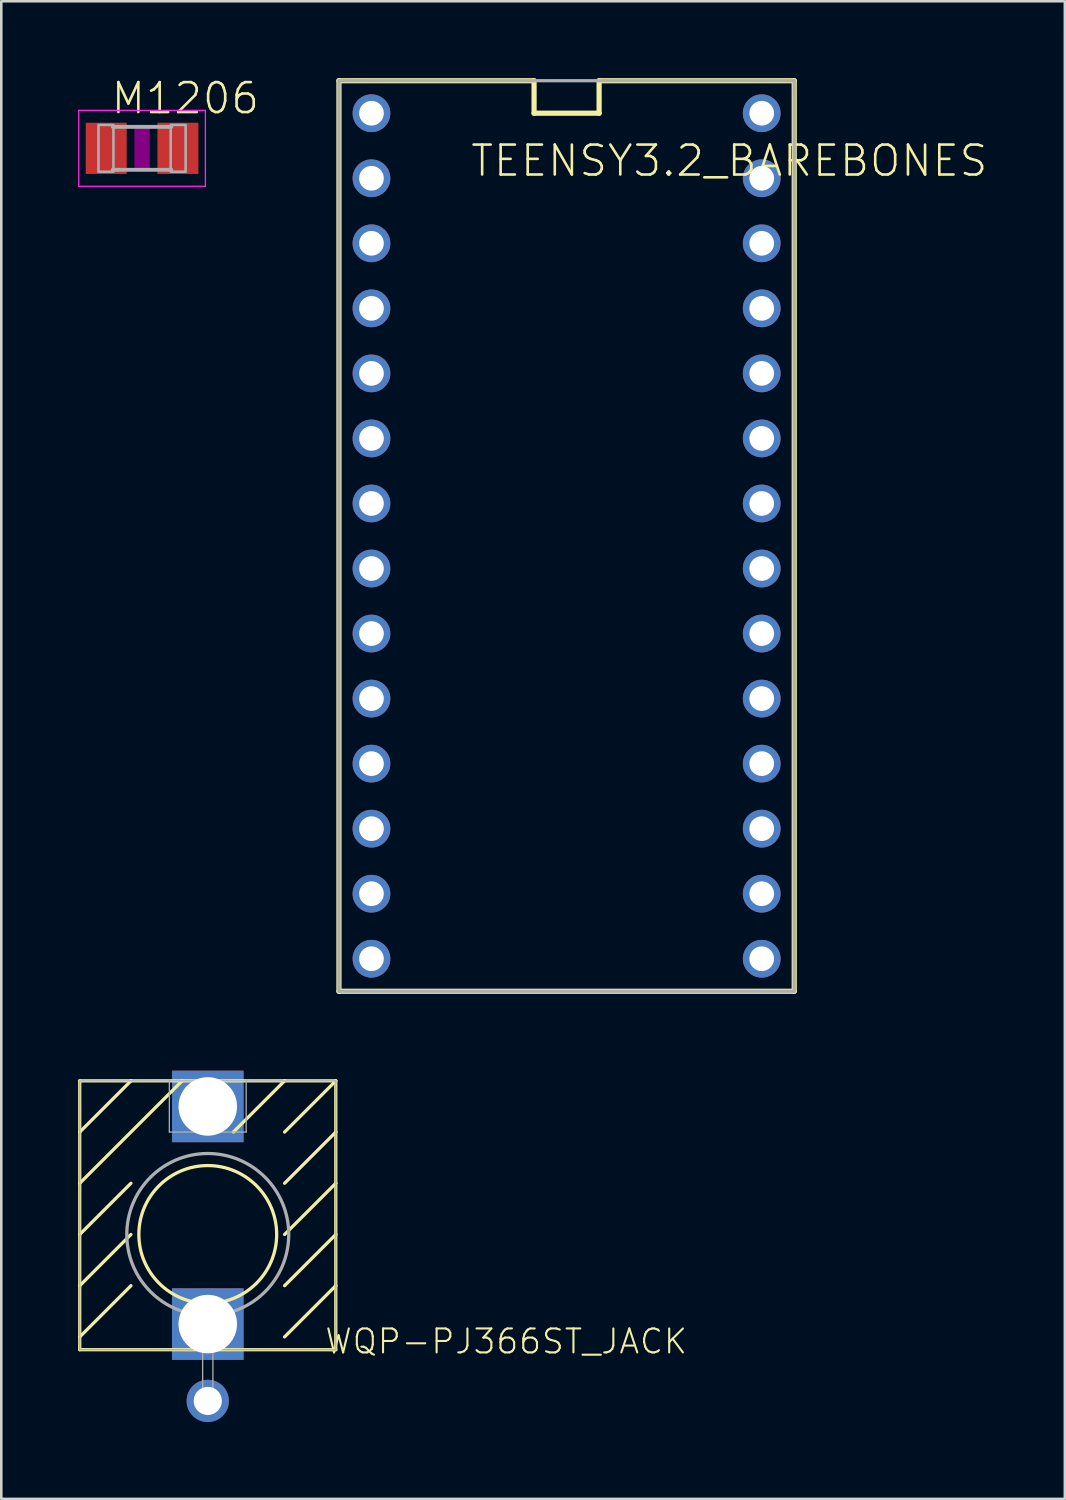
<source format=kicad_pcb>
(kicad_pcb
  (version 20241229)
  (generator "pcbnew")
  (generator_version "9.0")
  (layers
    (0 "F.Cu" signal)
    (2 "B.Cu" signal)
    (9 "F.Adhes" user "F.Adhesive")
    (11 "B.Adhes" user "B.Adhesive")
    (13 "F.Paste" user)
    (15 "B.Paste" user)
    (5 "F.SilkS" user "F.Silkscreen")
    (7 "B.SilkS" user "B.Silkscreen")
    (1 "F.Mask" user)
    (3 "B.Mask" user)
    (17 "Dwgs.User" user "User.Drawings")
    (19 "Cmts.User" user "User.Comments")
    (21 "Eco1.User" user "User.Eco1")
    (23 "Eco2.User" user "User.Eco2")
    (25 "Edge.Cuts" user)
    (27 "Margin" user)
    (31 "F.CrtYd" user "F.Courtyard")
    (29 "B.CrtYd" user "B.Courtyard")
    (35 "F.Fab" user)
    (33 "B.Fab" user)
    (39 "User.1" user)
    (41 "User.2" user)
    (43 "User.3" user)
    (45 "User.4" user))
  (footprint "TEENSY3.2_BAREBONES"
    (layer "F.Cu")
    (at 19.077 16.612)
    (property "Reference" "TEENSY3.2_BAREBONES" (at -3.81 -12.7 0) (layer "F.SilkS") (effects (font (size 1.168 1.168) (thickness 0.102)) (justify left bottom)))
    (fp_line (start -8.89 -16.51) (end -1.27 -16.51) (stroke (width 0.203) (type solid)) (layer "F.SilkS"))
    (fp_line (start -8.89 19.05) (end -8.89 -16.51) (stroke (width 0.203) (type solid)) (layer "F.SilkS"))
    (fp_line (start -1.27 -16.51) (end -1.27 -15.24) (stroke (width 0.203) (type solid)) (layer "F.SilkS"))
    (fp_line (start -1.27 -15.24) (end 1.27 -15.24) (stroke (width 0.203) (type solid)) (layer "F.SilkS"))
    (fp_line (start 1.27 -16.51) (end 8.89 -16.51) (stroke (width 0.203) (type solid)) (layer "F.SilkS"))
    (fp_line (start 1.27 -15.24) (end 1.27 -16.51) (stroke (width 0.203) (type solid)) (layer "F.SilkS"))
    (fp_line (start 8.89 -16.51) (end 8.89 19.05) (stroke (width 0.203) (type solid)) (layer "F.SilkS"))
    (fp_line (start 8.89 19.05) (end -8.89 19.05) (stroke (width 0.203) (type solid)) (layer "F.SilkS"))
    (fp_line (start -8.89 -16.51) (end 8.89 -16.51) (stroke (width 0.127) (type solid)) (layer "F.Fab"))
    (fp_line (start -8.89 19.05) (end -8.89 -16.51) (stroke (width 0.127) (type solid)) (layer "F.Fab"))
    (fp_line (start 8.89 -16.51) (end 8.89 19.05) (stroke (width 0.127) (type solid)) (layer "F.Fab"))
    (fp_line (start 8.89 19.05) (end -8.89 19.05) (stroke (width 0.127) (type solid)) (layer "F.Fab"))
    (pad "0" thru_hole circle (at -7.62 -12.7) (size 1.473 1.473) (drill 0.965) (layers "*.Cu" "*.Mask"))
    (pad "1" thru_hole circle (at -7.62 -10.16) (size 1.473 1.473) (drill 0.965) (layers "*.Cu" "*.Mask"))
    (pad "2" thru_hole circle (at -7.62 -7.62) (size 1.473 1.473) (drill 0.965) (layers "*.Cu" "*.Mask"))
    (pad "3" thru_hole circle (at -7.62 -5.08) (size 1.473 1.473) (drill 0.965) (layers "*.Cu" "*.Mask"))
    (pad "3.3V" thru_hole circle (at 7.62 -10.16) (size 1.473 1.473) (drill 0.965) (layers "*.Cu" "*.Mask"))
    (pad "4" thru_hole circle (at -7.62 -2.54) (size 1.473 1.473) (drill 0.965) (layers "*.Cu" "*.Mask"))
    (pad "5" thru_hole circle (at -7.62 0) (size 1.473 1.473) (drill 0.965) (layers "*.Cu" "*.Mask"))
    (pad "6" thru_hole circle (at -7.62 2.54) (size 1.473 1.473) (drill 0.965) (layers "*.Cu" "*.Mask"))
    (pad "7" thru_hole circle (at -7.62 5.08) (size 1.473 1.473) (drill 0.965) (layers "*.Cu" "*.Mask"))
    (pad "8" thru_hole circle (at -7.62 7.62) (size 1.473 1.473) (drill 0.965) (layers "*.Cu" "*.Mask"))
    (pad "9" thru_hole circle (at -7.62 10.16) (size 1.473 1.473) (drill 0.965) (layers "*.Cu" "*.Mask"))
    (pad "10" thru_hole circle (at -7.62 12.7) (size 1.473 1.473) (drill 0.965) (layers "*.Cu" "*.Mask"))
    (pad "11" thru_hole circle (at -7.62 15.24) (size 1.473 1.473) (drill 0.965) (layers "*.Cu" "*.Mask"))
    (pad "12" thru_hole circle (at -7.62 17.78) (size 1.473 1.473) (drill 0.965) (layers "*.Cu" "*.Mask"))
    (pad "13" thru_hole circle (at 7.62 17.78) (size 1.473 1.473) (drill 0.965) (layers "*.Cu" "*.Mask"))
    (pad "14/A0" thru_hole circle (at 7.62 15.24) (size 1.473 1.473) (drill 0.965) (layers "*.Cu" "*.Mask"))
    (pad "15/A1" thru_hole circle (at 7.62 12.7) (size 1.473 1.473) (drill 0.965) (layers "*.Cu" "*.Mask"))
    (pad "16/A2" thru_hole circle (at 7.62 10.16) (size 1.473 1.473) (drill 0.965) (layers "*.Cu" "*.Mask"))
    (pad "17/A3" thru_hole circle (at 7.62 7.62) (size 1.473 1.473) (drill 0.965) (layers "*.Cu" "*.Mask"))
    (pad "18/A4" thru_hole circle (at 7.62 5.08) (size 1.473 1.473) (drill 0.965) (layers "*.Cu" "*.Mask"))
    (pad "19/A5" thru_hole circle (at 7.62 2.54) (size 1.473 1.473) (drill 0.965) (layers "*.Cu" "*.Mask"))
    (pad "20/A6" thru_hole circle (at 7.62 0) (size 1.473 1.473) (drill 0.965) (layers "*.Cu" "*.Mask"))
    (pad "21/A7" thru_hole circle (at 7.62 -2.54) (size 1.473 1.473) (drill 0.965) (layers "*.Cu" "*.Mask"))
    (pad "22/A8" thru_hole circle (at 7.62 -5.08) (size 1.473 1.473) (drill 0.965) (layers "*.Cu" "*.Mask"))
    (pad "23/A9" thru_hole circle (at 7.62 -7.62) (size 1.473 1.473) (drill 0.965) (layers "*.Cu" "*.Mask"))
    (pad "AGND" thru_hole circle (at 7.62 -12.7) (size 1.473 1.473) (drill 0.965) (layers "*.Cu" "*.Mask"))
    (pad "GND" thru_hole circle (at -7.62 -15.24) (size 1.473 1.473) (drill 0.965) (layers "*.Cu" "*.Mask"))
    (pad "VIN" thru_hole circle (at 7.62 -15.24) (size 1.473 1.473) (drill 0.965) (layers "*.Cu" "*.Mask")))
  (footprint "M1206"
    (layer "F.Cu")
    (at 2.498 2.743)
    (property "Reference" "M1206" (at -1.27 -1.27 0) (layer "F.SilkS") (effects (font (size 1.168 1.168) (thickness 0.102)) (justify left bottom)))
    (fp_poly (pts (xy -0.3 0.8) (xy 0.3 0.8) (xy 0.3 -0.8) (xy -0.3 -0.8)) (stroke (width 0) (type solid)) (fill yes) (layer "F.Adhes"))
    (fp_line (start -2.473 -1.483) (end 2.473 -1.483) (stroke (width 0.051) (type solid)) (layer "F.CrtYd"))
    (fp_line (start -2.473 1.483) (end -2.473 -1.483) (stroke (width 0.051) (type solid)) (layer "F.CrtYd"))
    (fp_line (start 2.473 -1.483) (end 2.473 1.483) (stroke (width 0.051) (type solid)) (layer "F.CrtYd"))
    (fp_line (start 2.473 1.483) (end -2.473 1.483) (stroke (width 0.051) (type solid)) (layer "F.CrtYd"))
    (fp_line (start 1.143 -0.838) (end -1.143 -0.838) (stroke (width 0.152) (type solid)) (layer "F.Fab"))
    (fp_line (start 1.143 0.838) (end -1.143 0.838) (stroke (width 0.152) (type solid)) (layer "F.Fab"))
    (fp_poly (pts (xy -1.702 0.914) (xy -1.118 0.914) (xy -1.118 -0.914) (xy -1.702 -0.914)) (stroke (width 0.1) (type solid)) (fill no) (layer "F.Fab"))
    (fp_poly (pts (xy 1.118 0.914) (xy 1.702 0.914) (xy 1.702 -0.914) (xy 1.118 -0.914)) (stroke (width 0.1) (type solid)) (fill no) (layer "F.Fab"))
    (pad "1" smd rect (at -1.4 0) (size 1.6 2) (layers "F.Cu" "F.Mask" "F.Paste"))
    (pad "2" smd rect (at 1.4 0) (size 1.6 2) (layers "F.Cu" "F.Mask" "F.Paste")))
  (footprint "WQP-PJ366ST_JACK"
    (layer "F.Cu")
    (at 5.064 45.16)
    (property "Reference" "WQP-PJ366ST_JACK" (at 4.521 4.724 180) (layer "F.SilkS") (effects (font (size 0.935 0.935) (thickness 0.081)) (justify left bottom)))
    (fp_line (start -5 -6) (end -3 -6) (stroke (width 0.127) (type solid)) (layer "F.SilkS"))
    (fp_line (start -5 -4) (end -5 -6) (stroke (width 0.127) (type solid)) (layer "F.SilkS"))
    (fp_line (start -5 -4) (end -3 -6) (stroke (width 0.127) (type solid)) (layer "F.SilkS"))
    (fp_line (start -5 -2) (end -5 -4) (stroke (width 0.127) (type solid)) (layer "F.SilkS"))
    (fp_line (start -5 0) (end -5 -2) (stroke (width 0.127) (type solid)) (layer "F.SilkS"))
    (fp_line (start -5 2) (end -5 0) (stroke (width 0.127) (type solid)) (layer "F.SilkS"))
    (fp_line (start -5 4) (end -5 2) (stroke (width 0.127) (type solid)) (layer "F.SilkS"))
    (fp_line (start -5 4.5) (end -5 4) (stroke (width 0.127) (type solid)) (layer "F.SilkS"))
    (fp_line (start -3 -6) (end -1 -6) (stroke (width 0.127) (type solid)) (layer "F.SilkS"))
    (fp_line (start -3 -2) (end -5 0) (stroke (width 0.127) (type solid)) (layer "F.SilkS"))
    (fp_line (start -3 0) (end -5 2) (stroke (width 0.127) (type solid)) (layer "F.SilkS"))
    (fp_line (start -3 2) (end -5 4) (stroke (width 0.127) (type solid)) (layer "F.SilkS"))
    (fp_line (start -1 -6) (end -5 -2) (stroke (width 0.127) (type solid)) (layer "F.SilkS"))
    (fp_line (start -1 -6) (end 3 -6) (stroke (width 0.127) (type solid)) (layer "F.SilkS"))
    (fp_line (start 3 -6) (end 1 -4) (stroke (width 0.127) (type solid)) (layer "F.SilkS"))
    (fp_line (start 3 -6) (end 5 -6) (stroke (width 0.127) (type solid)) (layer "F.SilkS"))
    (fp_line (start 3 -4) (end 5 -6) (stroke (width 0.127) (type solid)) (layer "F.SilkS"))
    (fp_line (start 3 -2) (end 5 -4) (stroke (width 0.127) (type solid)) (layer "F.SilkS"))
    (fp_line (start 3 0) (end 5 -2) (stroke (width 0.127) (type solid)) (layer "F.SilkS"))
    (fp_line (start 3 2) (end 5 0) (stroke (width 0.127) (type solid)) (layer "F.SilkS"))
    (fp_line (start 3 4) (end 5 2) (stroke (width 0.127) (type solid)) (layer "F.SilkS"))
    (fp_line (start 5 -6) (end 5 -4) (stroke (width 0.127) (type solid)) (layer "F.SilkS"))
    (fp_line (start 5 -4) (end 5 -2) (stroke (width 0.127) (type solid)) (layer "F.SilkS"))
    (fp_line (start 5 -2) (end 5 0) (stroke (width 0.127) (type solid)) (layer "F.SilkS"))
    (fp_line (start 5 0) (end 5 2) (stroke (width 0.127) (type solid)) (layer "F.SilkS"))
    (fp_line (start 5 2) (end 5 4.5) (stroke (width 0.127) (type solid)) (layer "F.SilkS"))
    (fp_line (start 5 4.5) (end -5 4.5) (stroke (width 0.127) (type solid)) (layer "F.SilkS"))
    (fp_circle (center 0 0) (end 2.691 0) (stroke (width 0.127) (type solid)) (fill no) (layer "F.SilkS"))
    (fp_line (start -5 -6) (end -5 4.5) (stroke (width 0.051) (type solid)) (layer "F.Fab"))
    (fp_line (start -5 -6) (end -1.5 -6) (stroke (width 0.051) (type solid)) (layer "F.Fab"))
    (fp_line (start -5 4.5) (end 0.2 4.5) (stroke (width 0.051) (type solid)) (layer "F.Fab"))
    (fp_line (start -1.5 -6) (end -1.5 -4) (stroke (width 0.051) (type solid)) (layer "F.Fab"))
    (fp_line (start -1.5 -6) (end 1.5 -6) (stroke (width 0.051) (type solid)) (layer "F.Fab"))
    (fp_line (start -1.5 -4) (end 1.5 -4) (stroke (width 0.051) (type solid)) (layer "F.Fab"))
    (fp_line (start -0.2 4.6) (end -0.2 6.7) (stroke (width 0.051) (type solid)) (layer "F.Fab"))
    (fp_line (start -0.2 6.7) (end 0.2 6.7) (stroke (width 0.051) (type solid)) (layer "F.Fab"))
    (fp_line (start 0.2 4.5) (end 5 4.5) (stroke (width 0.051) (type solid)) (layer "F.Fab"))
    (fp_line (start 0.2 6.7) (end 0.2 4.5) (stroke (width 0.051) (type solid)) (layer "F.Fab"))
    (fp_line (start 1.5 -6) (end 5 -6) (stroke (width 0.051) (type solid)) (layer "F.Fab"))
    (fp_line (start 1.5 -4) (end 1.5 -6) (stroke (width 0.051) (type solid)) (layer "F.Fab"))
    (fp_line (start 5 4.5) (end 5 -6) (stroke (width 0.051) (type solid)) (layer "F.Fab"))
    (fp_circle (center 0 0) (end 3.162 0) (stroke (width 0.127) (type solid)) (fill no) (layer "F.Fab"))
    (pad "P$1_TIP" thru_hole rect (at 0 -5) (size 2.794 2.794) (drill 2.286) (layers "*.Cu" "*.Mask"))
    (pad "P$2_SWITCH" thru_hole rect (at 0 3.5) (size 2.794 2.794) (drill 2.286) (layers "*.Cu" "*.Mask"))
    (pad "P$3_SLEEVE" thru_hole circle (at 0 6.5) (size 1.65 1.65) (drill 1.1) (layers "*.Cu" "*.Mask"))
    (zone (net_name "") (layer "F.Cu") (hatch edge 0.508) (connect_pads) (min_thickness 0.254) (filled_areas_thickness no) (keepout (tracks not_allowed) (vias not_allowed) (pads not_allowed) (copperpour not_allowed) (footprints allowed)) (placement (enabled no)) (fill) (polygon (pts (xy 2.264 47.96) (xy 7.864 47.96) (xy 7.864 42.36) (xy 2.264 42.36)))))
  (gr_rect
    (start -3 -3)
    (end 38.535 55.485)
    (stroke (width 0.1) (type default))
    (fill no)
    (layer "Edge.Cuts")))
</source>
